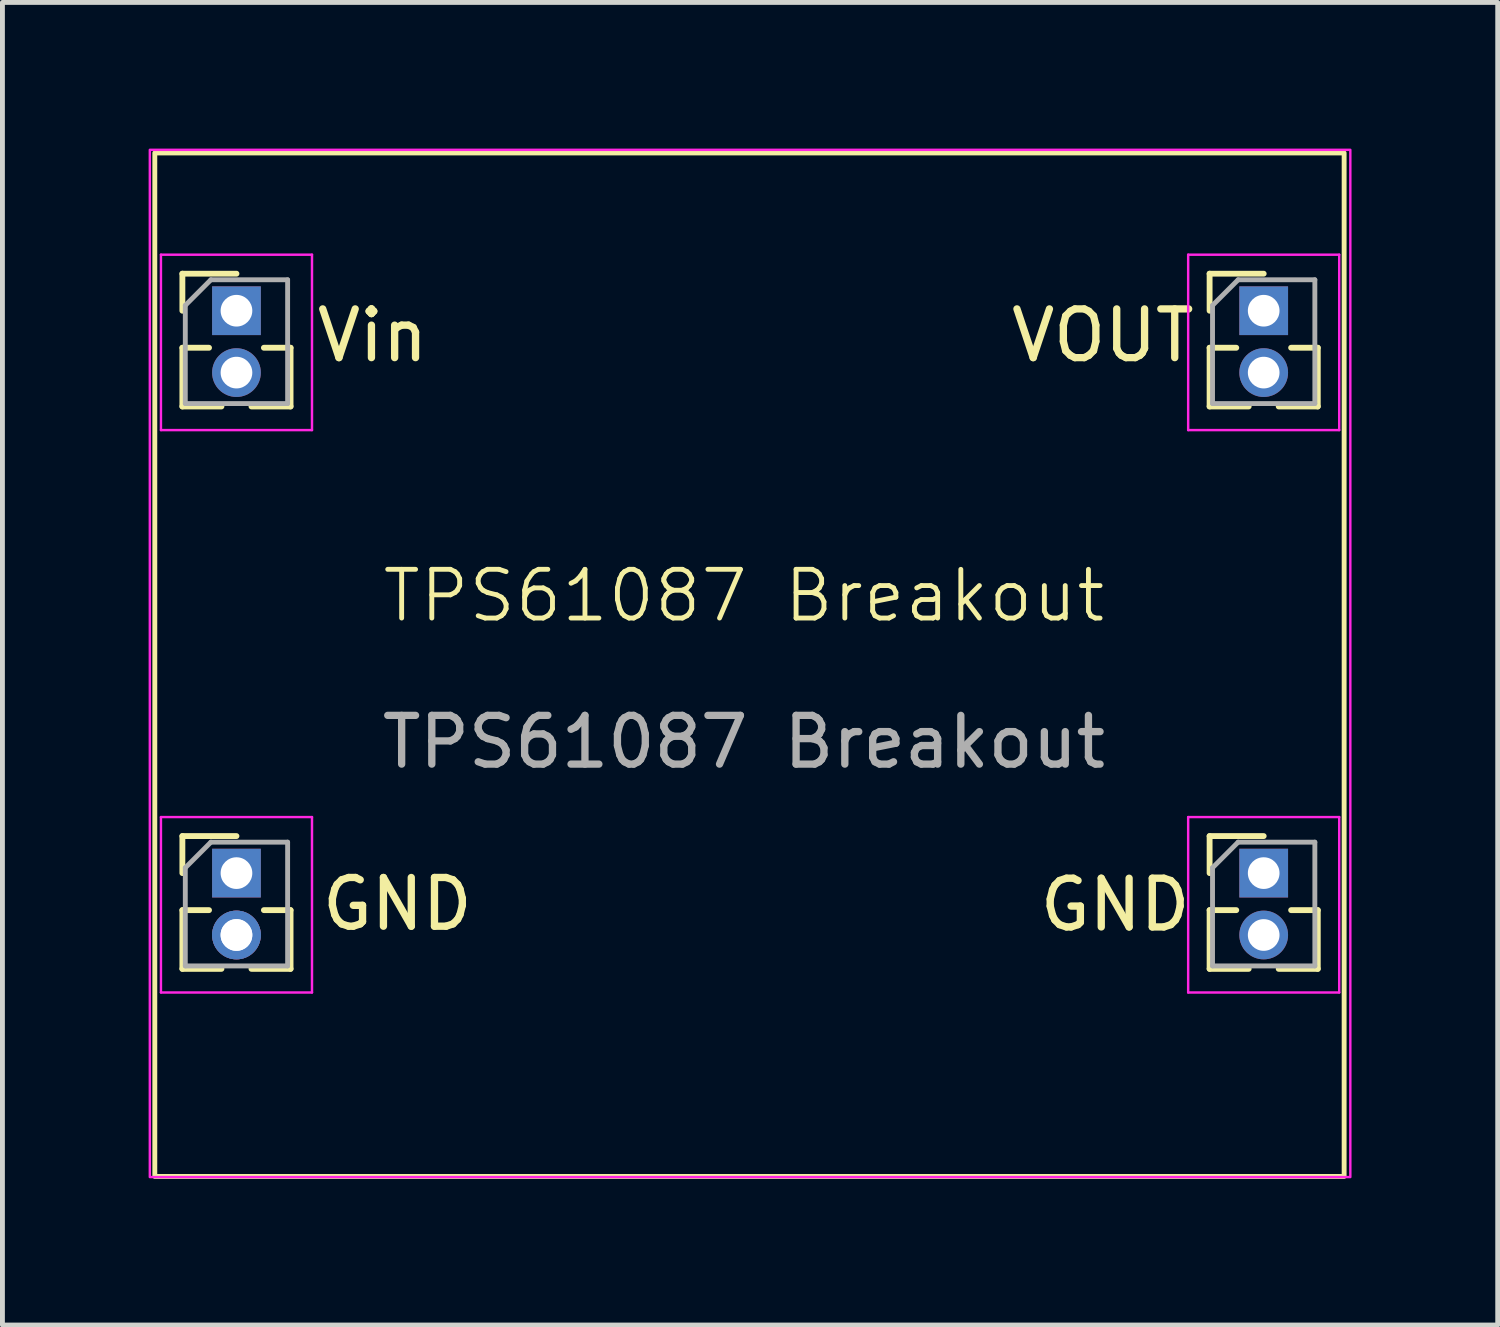
<source format=kicad_pcb>
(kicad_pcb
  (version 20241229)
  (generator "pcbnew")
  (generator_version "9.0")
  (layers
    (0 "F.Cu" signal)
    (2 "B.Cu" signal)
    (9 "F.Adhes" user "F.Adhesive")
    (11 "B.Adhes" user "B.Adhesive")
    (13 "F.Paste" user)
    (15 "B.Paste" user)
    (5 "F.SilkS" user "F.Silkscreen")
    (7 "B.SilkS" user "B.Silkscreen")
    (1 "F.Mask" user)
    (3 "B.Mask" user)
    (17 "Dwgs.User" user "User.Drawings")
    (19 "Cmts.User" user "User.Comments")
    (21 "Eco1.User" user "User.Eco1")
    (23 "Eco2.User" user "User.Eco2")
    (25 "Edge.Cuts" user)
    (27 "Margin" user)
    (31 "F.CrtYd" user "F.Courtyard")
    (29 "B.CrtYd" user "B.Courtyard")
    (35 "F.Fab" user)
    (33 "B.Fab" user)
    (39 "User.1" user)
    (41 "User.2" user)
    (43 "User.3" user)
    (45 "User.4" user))
  (footprint "TPS61087 Breakout"
    (layer "F.Cu")
    (at 12.217 9.677)
    (property "Reference" "TPS61087 Breakout" (at 0 -0.5 0) (unlocked yes) (layer "F.SilkS") (effects (font (size 1 1) (thickness 0.1))))
    (attr smd)
    (fp_line (start -11.524 -7.11) (end -10.414 -7.11) (stroke (width 0.12) (type solid)) (layer "F.SilkS"))
    (fp_line (start -11.524 -6.35) (end -11.524 -7.11) (stroke (width 0.12) (type solid)) (layer "F.SilkS"))
    (fp_line (start -11.524 -5.59) (end -11.524 -4.385) (stroke (width 0.12) (type solid)) (layer "F.SilkS"))
    (fp_line (start -11.524 -5.59) (end -10.977 -5.59) (stroke (width 0.12) (type solid)) (layer "F.SilkS"))
    (fp_line (start -11.524 -4.385) (end -10.722 -4.385) (stroke (width 0.12) (type solid)) (layer "F.SilkS"))
    (fp_line (start -11.524 4.432) (end -10.414 4.432) (stroke (width 0.12) (type solid)) (layer "F.SilkS"))
    (fp_line (start -11.524 5.192) (end -11.524 4.432) (stroke (width 0.12) (type solid)) (layer "F.SilkS"))
    (fp_line (start -11.524 5.952) (end -11.524 7.157) (stroke (width 0.12) (type solid)) (layer "F.SilkS"))
    (fp_line (start -11.524 5.952) (end -10.977 5.952) (stroke (width 0.12) (type solid)) (layer "F.SilkS"))
    (fp_line (start -11.524 7.157) (end -10.722 7.157) (stroke (width 0.12) (type solid)) (layer "F.SilkS"))
    (fp_line (start -10.106 -4.385) (end -9.304 -4.385) (stroke (width 0.12) (type solid)) (layer "F.SilkS"))
    (fp_line (start -10.106 7.157) (end -9.304 7.157) (stroke (width 0.12) (type solid)) (layer "F.SilkS"))
    (fp_line (start -9.851 -5.59) (end -9.304 -5.59) (stroke (width 0.12) (type solid)) (layer "F.SilkS"))
    (fp_line (start -9.851 5.952) (end -9.304 5.952) (stroke (width 0.12) (type solid)) (layer "F.SilkS"))
    (fp_line (start -9.304 -5.59) (end -9.304 -4.385) (stroke (width 0.12) (type solid)) (layer "F.SilkS"))
    (fp_line (start -9.304 5.952) (end -9.304 7.157) (stroke (width 0.12) (type solid)) (layer "F.SilkS"))
    (fp_line (start 9.558 -7.11) (end 10.668 -7.11) (stroke (width 0.12) (type solid)) (layer "F.SilkS"))
    (fp_line (start 9.558 -6.35) (end 9.558 -7.11) (stroke (width 0.12) (type solid)) (layer "F.SilkS"))
    (fp_line (start 9.558 -5.59) (end 9.558 -4.385) (stroke (width 0.12) (type solid)) (layer "F.SilkS"))
    (fp_line (start 9.558 -5.59) (end 10.105 -5.59) (stroke (width 0.12) (type solid)) (layer "F.SilkS"))
    (fp_line (start 9.558 -4.385) (end 10.36 -4.385) (stroke (width 0.12) (type solid)) (layer "F.SilkS"))
    (fp_line (start 9.558 4.432) (end 10.668 4.432) (stroke (width 0.12) (type solid)) (layer "F.SilkS"))
    (fp_line (start 9.558 5.192) (end 9.558 4.432) (stroke (width 0.12) (type solid)) (layer "F.SilkS"))
    (fp_line (start 9.558 5.952) (end 9.558 7.157) (stroke (width 0.12) (type solid)) (layer "F.SilkS"))
    (fp_line (start 9.558 5.952) (end 10.105 5.952) (stroke (width 0.12) (type solid)) (layer "F.SilkS"))
    (fp_line (start 9.558 7.157) (end 10.36 7.157) (stroke (width 0.12) (type solid)) (layer "F.SilkS"))
    (fp_line (start 10.976 -4.385) (end 11.778 -4.385) (stroke (width 0.12) (type solid)) (layer "F.SilkS"))
    (fp_line (start 10.976 7.157) (end 11.778 7.157) (stroke (width 0.12) (type solid)) (layer "F.SilkS"))
    (fp_line (start 11.231 -5.59) (end 11.778 -5.59) (stroke (width 0.12) (type solid)) (layer "F.SilkS"))
    (fp_line (start 11.231 5.952) (end 11.778 5.952) (stroke (width 0.12) (type solid)) (layer "F.SilkS"))
    (fp_line (start 11.778 -5.59) (end 11.778 -4.385) (stroke (width 0.12) (type solid)) (layer "F.SilkS"))
    (fp_line (start 11.778 5.952) (end 11.778 7.157) (stroke (width 0.12) (type solid)) (layer "F.SilkS"))
    (fp_rect (start -12.09 -9.588) (end 12.319 11.417) (stroke (width 0.1) (type default)) (fill no) (layer "F.SilkS"))
    (fp_line (start -11.964 -7.5) (end -11.964 -3.9) (stroke (width 0.05) (type solid)) (layer "F.CrtYd"))
    (fp_line (start -11.964 -3.9) (end -8.864 -3.9) (stroke (width 0.05) (type solid)) (layer "F.CrtYd"))
    (fp_line (start -11.964 4.042) (end -11.964 7.642) (stroke (width 0.05) (type solid)) (layer "F.CrtYd"))
    (fp_line (start -11.964 7.642) (end -8.864 7.642) (stroke (width 0.05) (type solid)) (layer "F.CrtYd"))
    (fp_line (start -8.864 -7.5) (end -11.964 -7.5) (stroke (width 0.05) (type solid)) (layer "F.CrtYd"))
    (fp_line (start -8.864 -3.9) (end -8.864 -7.5) (stroke (width 0.05) (type solid)) (layer "F.CrtYd"))
    (fp_line (start -8.864 4.042) (end -11.964 4.042) (stroke (width 0.05) (type solid)) (layer "F.CrtYd"))
    (fp_line (start -8.864 7.642) (end -8.864 4.042) (stroke (width 0.05) (type solid)) (layer "F.CrtYd"))
    (fp_line (start 9.118 -7.5) (end 9.118 -3.9) (stroke (width 0.05) (type solid)) (layer "F.CrtYd"))
    (fp_line (start 9.118 -3.9) (end 12.218 -3.9) (stroke (width 0.05) (type solid)) (layer "F.CrtYd"))
    (fp_line (start 9.118 4.042) (end 9.118 7.642) (stroke (width 0.05) (type solid)) (layer "F.CrtYd"))
    (fp_line (start 9.118 7.642) (end 12.218 7.642) (stroke (width 0.05) (type solid)) (layer "F.CrtYd"))
    (fp_line (start 12.218 -7.5) (end 9.118 -7.5) (stroke (width 0.05) (type solid)) (layer "F.CrtYd"))
    (fp_line (start 12.218 -3.9) (end 12.218 -7.5) (stroke (width 0.05) (type solid)) (layer "F.CrtYd"))
    (fp_line (start 12.218 4.042) (end 9.118 4.042) (stroke (width 0.05) (type solid)) (layer "F.CrtYd"))
    (fp_line (start 12.218 7.642) (end 12.218 4.042) (stroke (width 0.05) (type solid)) (layer "F.CrtYd"))
    (fp_rect (start -12.192 -9.652) (end 12.446 11.43) (stroke (width 0.05) (type default)) (fill no) (layer "F.CrtYd"))
    (fp_line (start -11.464 -6.46) (end -10.939 -6.985) (stroke (width 0.1) (type solid)) (layer "F.Fab"))
    (fp_line (start -11.464 -4.445) (end -11.464 -6.46) (stroke (width 0.1) (type solid)) (layer "F.Fab"))
    (fp_line (start -11.464 5.082) (end -10.939 4.557) (stroke (width 0.1) (type solid)) (layer "F.Fab"))
    (fp_line (start -11.464 7.097) (end -11.464 5.082) (stroke (width 0.1) (type solid)) (layer "F.Fab"))
    (fp_line (start -10.939 -6.985) (end -9.364 -6.985) (stroke (width 0.1) (type solid)) (layer "F.Fab"))
    (fp_line (start -10.939 4.557) (end -9.364 4.557) (stroke (width 0.1) (type solid)) (layer "F.Fab"))
    (fp_line (start -9.364 -6.985) (end -9.364 -4.445) (stroke (width 0.1) (type solid)) (layer "F.Fab"))
    (fp_line (start -9.364 -4.445) (end -11.464 -4.445) (stroke (width 0.1) (type solid)) (layer "F.Fab"))
    (fp_line (start -9.364 4.557) (end -9.364 7.097) (stroke (width 0.1) (type solid)) (layer "F.Fab"))
    (fp_line (start -9.364 7.097) (end -11.464 7.097) (stroke (width 0.1) (type solid)) (layer "F.Fab"))
    (fp_line (start 9.618 -6.46) (end 10.143 -6.985) (stroke (width 0.1) (type solid)) (layer "F.Fab"))
    (fp_line (start 9.618 -4.445) (end 9.618 -6.46) (stroke (width 0.1) (type solid)) (layer "F.Fab"))
    (fp_line (start 9.618 5.082) (end 10.143 4.557) (stroke (width 0.1) (type solid)) (layer "F.Fab"))
    (fp_line (start 9.618 7.097) (end 9.618 5.082) (stroke (width 0.1) (type solid)) (layer "F.Fab"))
    (fp_line (start 10.143 -6.985) (end 11.718 -6.985) (stroke (width 0.1) (type solid)) (layer "F.Fab"))
    (fp_line (start 10.143 4.557) (end 11.718 4.557) (stroke (width 0.1) (type solid)) (layer "F.Fab"))
    (fp_line (start 11.718 -6.985) (end 11.718 -4.445) (stroke (width 0.1) (type solid)) (layer "F.Fab"))
    (fp_line (start 11.718 -4.445) (end 9.618 -4.445) (stroke (width 0.1) (type solid)) (layer "F.Fab"))
    (fp_line (start 11.718 4.557) (end 11.718 7.097) (stroke (width 0.1) (type solid)) (layer "F.Fab"))
    (fp_line (start 11.718 7.097) (end 9.618 7.097) (stroke (width 0.1) (type solid)) (layer "F.Fab"))
    (fp_text user "GND" (at 7.62 5.842 180) (layer "F.SilkS") (effects (font (size 1 1) (thickness 0.15))))
    (fp_text user "GND" (at -7.112 5.827 180) (layer "F.SilkS") (effects (font (size 1 1) (thickness 0.15))))
    (fp_text user "VOUT" (at 7.366 -5.842 180) (layer "F.SilkS") (effects (font (size 1 1) (thickness 0.15))))
    (fp_text user "Vin" (at -7.62 -5.842 180) (layer "F.SilkS") (effects (font (size 1 1) (thickness 0.15))))
    (fp_text user "${REFERENCE}" (at 0 2.5 0) (unlocked yes) (layer "F.Fab") (effects (font (size 1 1) (thickness 0.15))))
    (pad "1" thru_hole rect (at -10.414 -6.35) (size 1 1) (drill 0.65) (layers "*.Cu" "*.Mask"))
    (pad "1" thru_hole oval (at -10.414 -5.08) (size 1 1) (drill 0.65) (layers "*.Cu" "*.Mask"))
    (pad "2" thru_hole rect (at -10.414 5.192) (size 1 1) (drill 0.65) (layers "*.Cu" "*.Mask"))
    (pad "2" thru_hole oval (at -10.414 6.462) (size 1 1) (drill 0.65) (layers "*.Cu" "*.Mask"))
    (pad "2" thru_hole oval (at -10.414 6.462) (size 1 1) (drill 0.65) (layers "*.Cu" "*.Mask"))
    (pad "3" thru_hole rect (at 10.668 -6.35) (size 1 1) (drill 0.65) (layers "*.Cu" "*.Mask"))
    (pad "3" thru_hole oval (at 10.668 -5.08) (size 1 1) (drill 0.65) (layers "*.Cu" "*.Mask"))
    (pad "4" thru_hole rect (at 10.668 5.192) (size 1 1) (drill 0.65) (layers "*.Cu" "*.Mask"))
    (pad "4" thru_hole oval (at 10.668 6.462) (size 1 1) (drill 0.65) (layers "*.Cu" "*.Mask")))
  (gr_rect
    (start -3 -3)
    (end 27.688 24.144)
    (stroke (width 0.1) (type default))
    (fill no)
    (layer "Edge.Cuts")))
</source>
